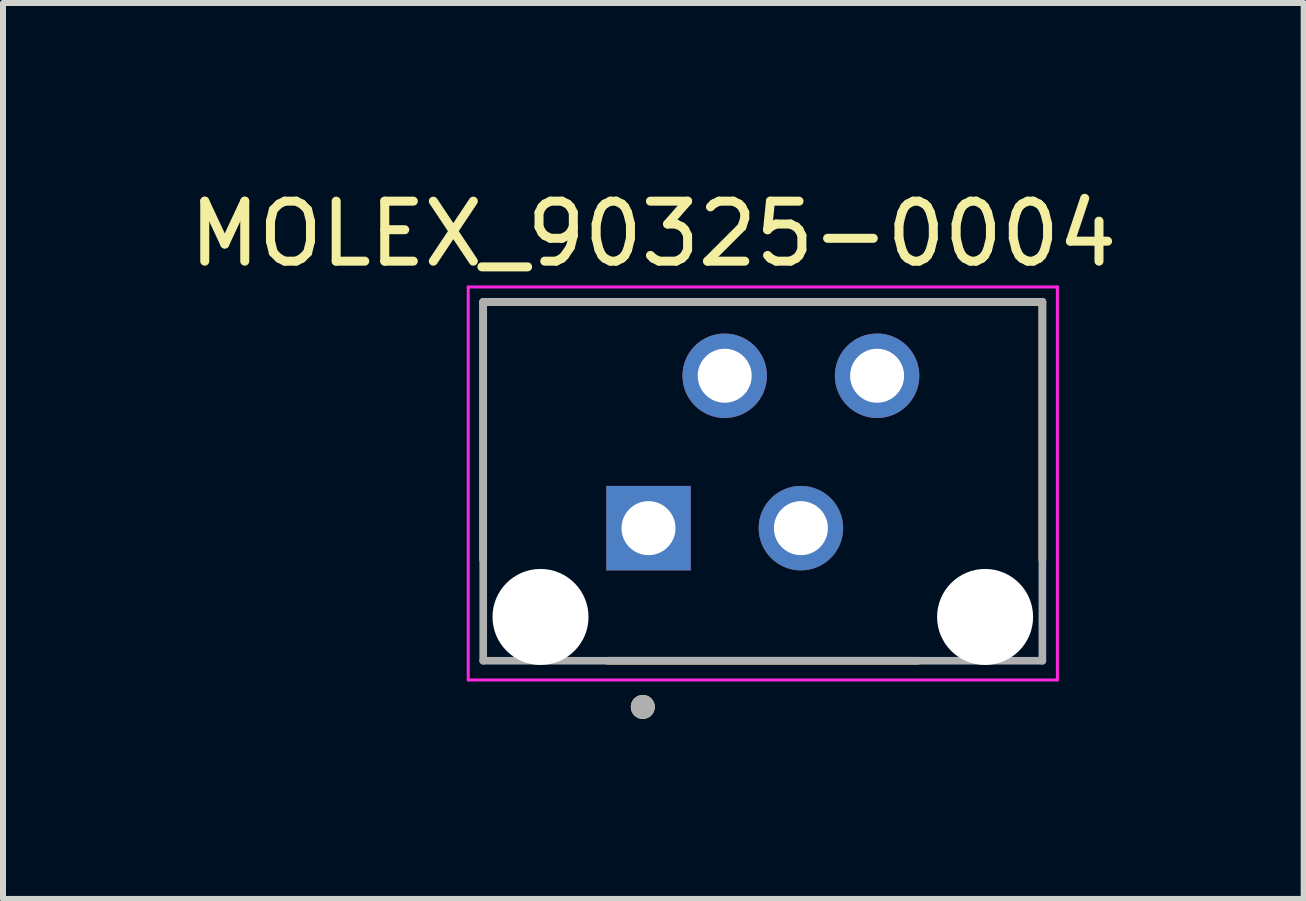
<source format=kicad_pcb>
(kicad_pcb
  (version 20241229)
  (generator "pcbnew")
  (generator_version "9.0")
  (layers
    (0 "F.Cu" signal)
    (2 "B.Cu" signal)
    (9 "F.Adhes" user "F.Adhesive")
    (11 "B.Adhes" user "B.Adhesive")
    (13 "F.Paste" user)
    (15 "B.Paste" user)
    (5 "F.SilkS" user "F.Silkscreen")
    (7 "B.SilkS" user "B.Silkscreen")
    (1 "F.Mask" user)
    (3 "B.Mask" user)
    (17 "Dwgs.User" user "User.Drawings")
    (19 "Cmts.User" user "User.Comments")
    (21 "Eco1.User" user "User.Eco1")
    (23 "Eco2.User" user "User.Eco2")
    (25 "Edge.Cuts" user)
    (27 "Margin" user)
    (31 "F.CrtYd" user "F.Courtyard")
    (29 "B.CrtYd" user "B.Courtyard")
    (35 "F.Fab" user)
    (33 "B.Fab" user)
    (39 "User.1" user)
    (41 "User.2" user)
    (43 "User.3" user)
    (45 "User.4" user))
  (footprint "MOLEX_90325-0004"
    (layer "F.Cu")
    (at 9.664 4.483)
    (property "Reference" "MOLEX_90325-0004" (at -1.825 -3.635 0) (layer "F.SilkS") (effects (font (size 1 1) (thickness 0.15))))
    (attr through_hole)
    (fp_line (start -4.66 -2.5) (end -4.66 1.8) (stroke (width 0.127) (type solid)) (layer "F.SilkS"))
    (fp_line (start -2.585 3.48) (end 2.585 3.48) (stroke (width 0.127) (type solid)) (layer "F.SilkS"))
    (fp_line (start 4.66 -2.5) (end -4.66 -2.5) (stroke (width 0.127) (type solid)) (layer "F.SilkS"))
    (fp_line (start 4.66 1.8) (end 4.66 -2.5) (stroke (width 0.127) (type solid)) (layer "F.SilkS"))
    (fp_circle (center -2 4.25) (end -1.9 4.25) (stroke (width 0.2) (type solid)) (fill no) (layer "F.SilkS"))
    (fp_line (start -4.91 -2.75) (end 4.91 -2.75) (stroke (width 0.05) (type solid)) (layer "F.CrtYd"))
    (fp_line (start -4.91 3.8) (end -4.91 -2.75) (stroke (width 0.05) (type solid)) (layer "F.CrtYd"))
    (fp_line (start 4.91 -2.75) (end 4.91 3.8) (stroke (width 0.05) (type solid)) (layer "F.CrtYd"))
    (fp_line (start 4.91 3.8) (end -4.91 3.8) (stroke (width 0.05) (type solid)) (layer "F.CrtYd"))
    (fp_line (start -4.66 -2.5) (end -4.66 3.48) (stroke (width 0.127) (type solid)) (layer "F.Fab"))
    (fp_line (start -4.66 3.48) (end 4.66 3.48) (stroke (width 0.127) (type solid)) (layer "F.Fab"))
    (fp_line (start 4.66 -2.5) (end -4.66 -2.5) (stroke (width 0.127) (type solid)) (layer "F.Fab"))
    (fp_line (start 4.66 3.48) (end 4.66 -2.5) (stroke (width 0.127) (type solid)) (layer "F.Fab"))
    (fp_circle (center -2 4.25) (end -1.9 4.25) (stroke (width 0.2) (type solid)) (fill no) (layer "F.Fab"))
    (pad "" np_thru_hole circle (at -3.705 2.75) (size 1.6 1.6) (drill 1.6) (layers "*.Cu" "*.Mask"))
    (pad "" np_thru_hole circle (at 3.705 2.75) (size 1.6 1.6) (drill 1.6) (layers "*.Cu" "*.Mask"))
    (pad "1" thru_hole rect (at -1.905 1.27) (size 1.408 1.408) (drill 0.9) (layers "*.Cu" "*.Mask"))
    (pad "2" thru_hole circle (at -0.635 -1.27) (size 1.408 1.408) (drill 0.9) (layers "*.Cu" "*.Mask"))
    (pad "3" thru_hole circle (at 0.635 1.27) (size 1.408 1.408) (drill 0.9) (layers "*.Cu" "*.Mask"))
    (pad "4" thru_hole circle (at 1.905 -1.27) (size 1.408 1.408) (drill 0.9) (layers "*.Cu" "*.Mask")))
  (gr_rect
    (start -3 -3)
    (end 18.679 11.933)
    (stroke (width 0.1) (type default))
    (fill no)
    (layer "Edge.Cuts")))
</source>
